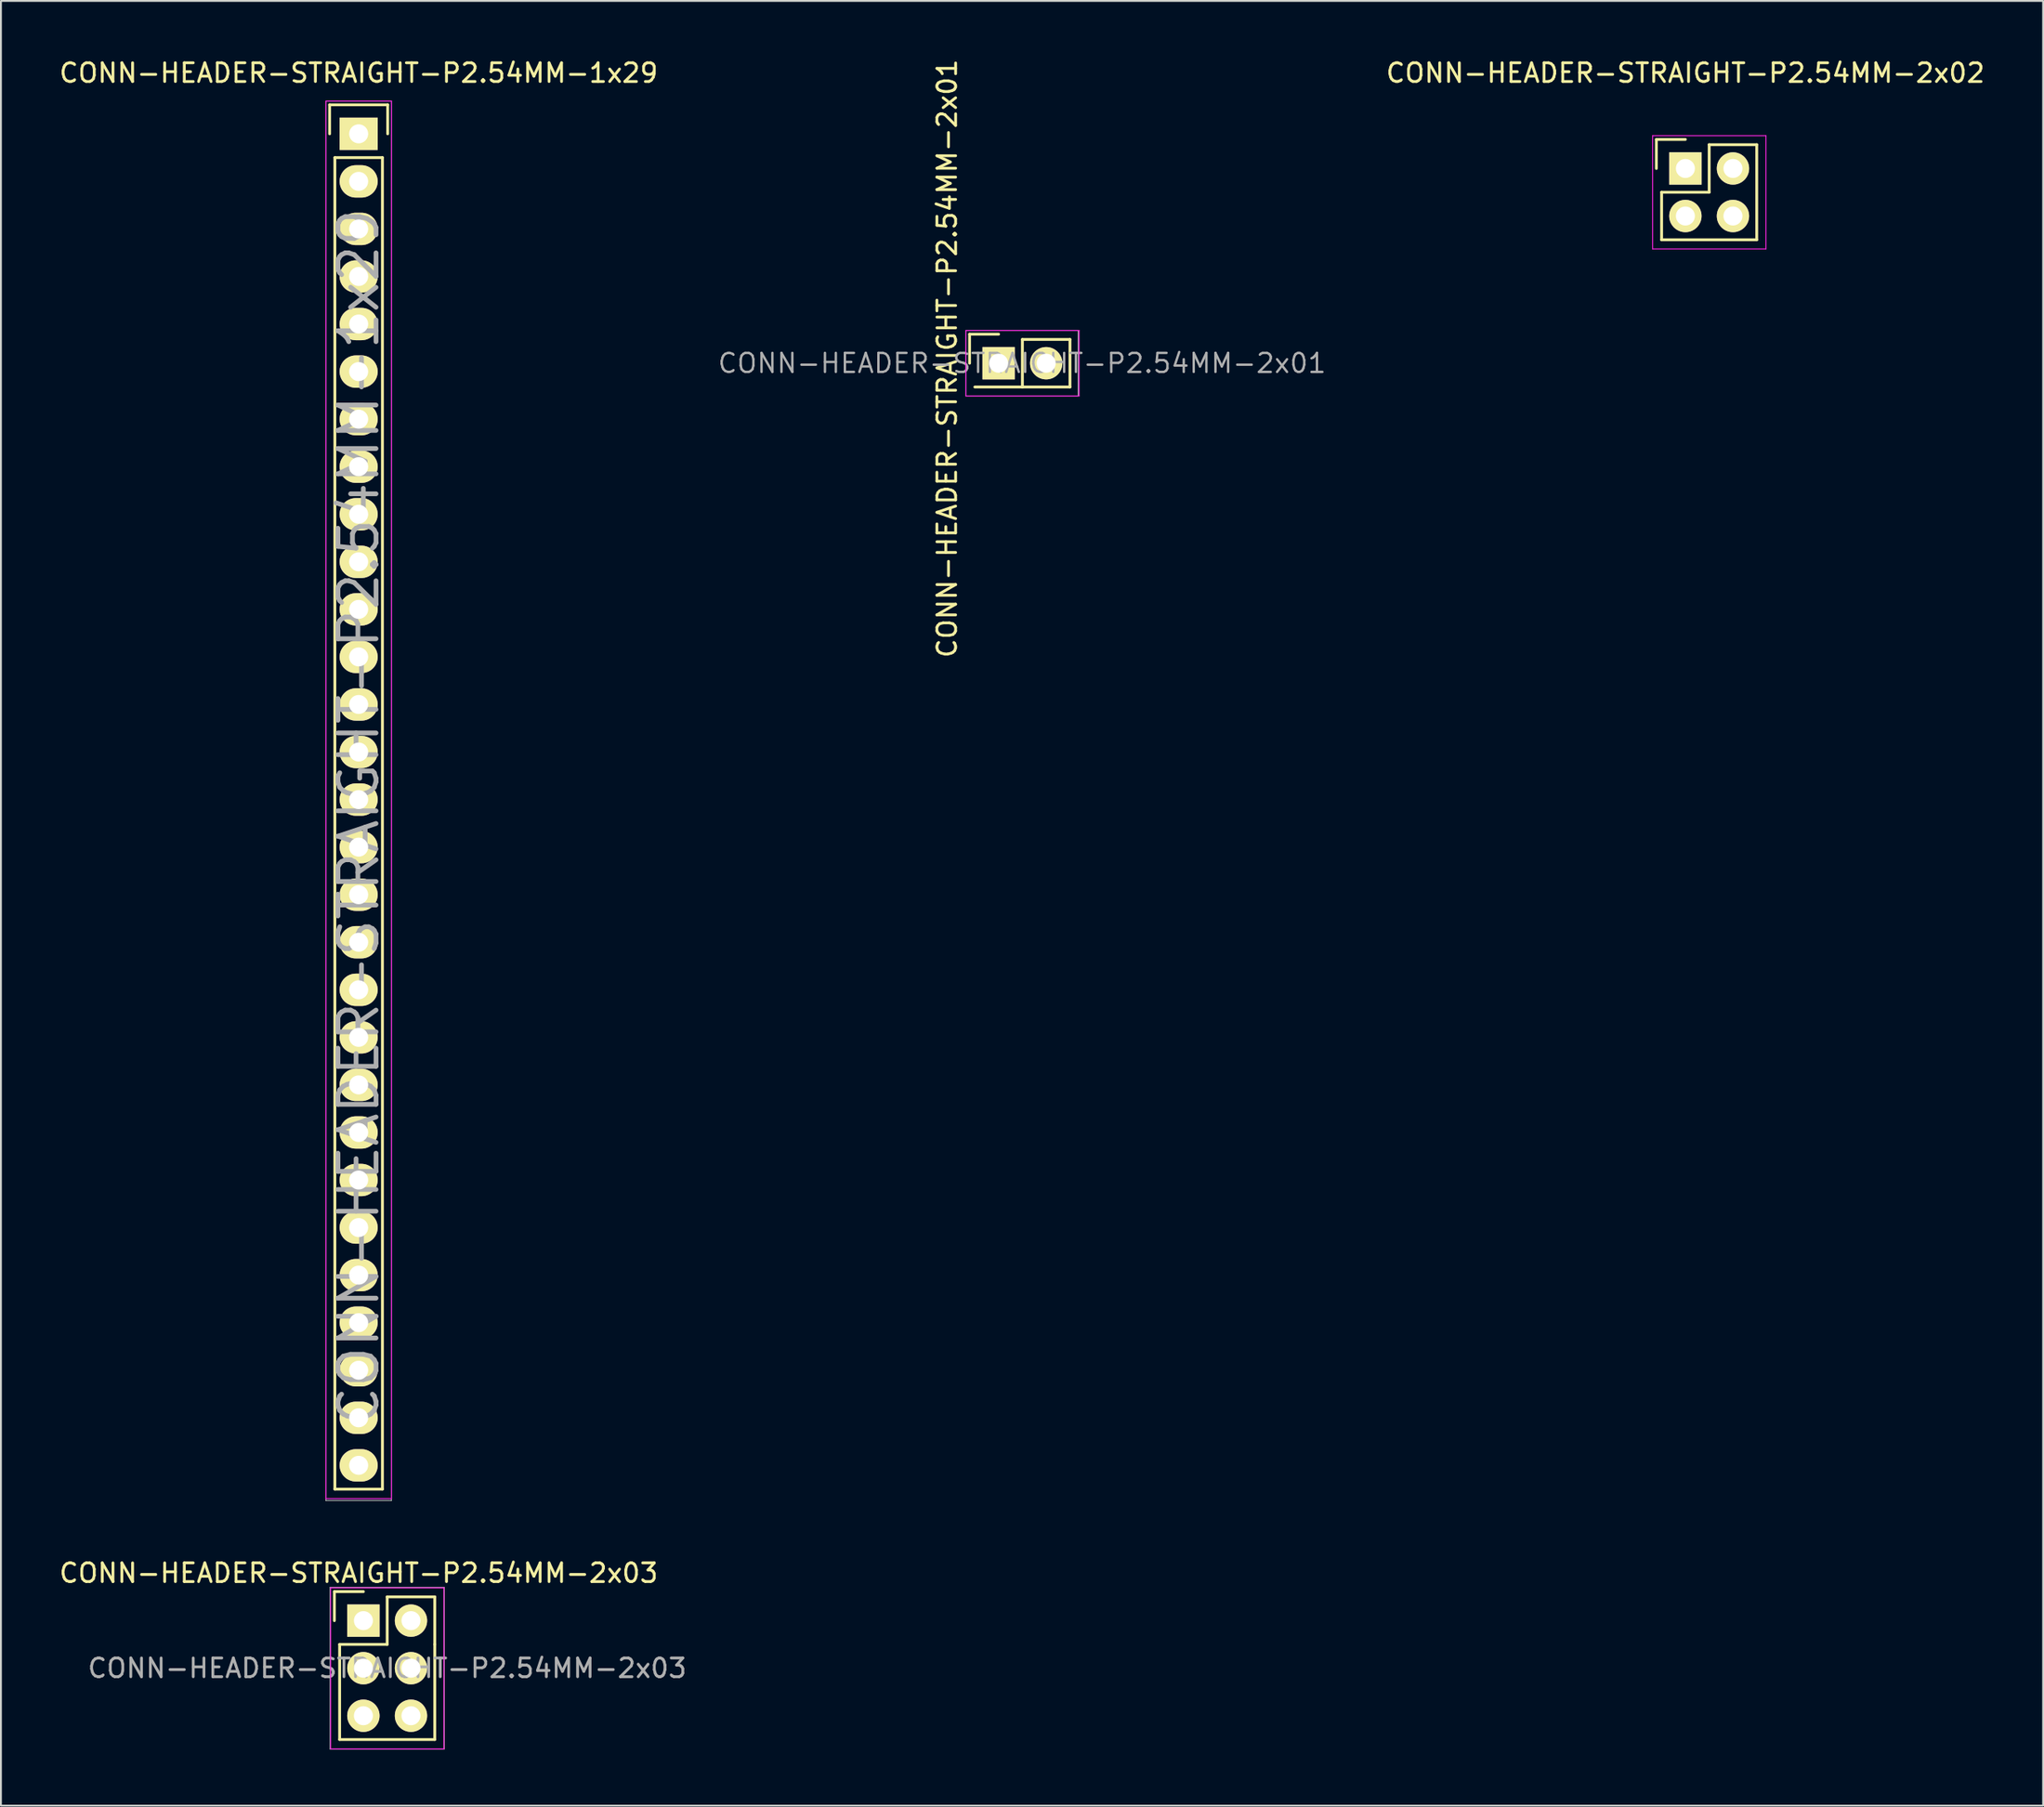
<source format=kicad_pcb>
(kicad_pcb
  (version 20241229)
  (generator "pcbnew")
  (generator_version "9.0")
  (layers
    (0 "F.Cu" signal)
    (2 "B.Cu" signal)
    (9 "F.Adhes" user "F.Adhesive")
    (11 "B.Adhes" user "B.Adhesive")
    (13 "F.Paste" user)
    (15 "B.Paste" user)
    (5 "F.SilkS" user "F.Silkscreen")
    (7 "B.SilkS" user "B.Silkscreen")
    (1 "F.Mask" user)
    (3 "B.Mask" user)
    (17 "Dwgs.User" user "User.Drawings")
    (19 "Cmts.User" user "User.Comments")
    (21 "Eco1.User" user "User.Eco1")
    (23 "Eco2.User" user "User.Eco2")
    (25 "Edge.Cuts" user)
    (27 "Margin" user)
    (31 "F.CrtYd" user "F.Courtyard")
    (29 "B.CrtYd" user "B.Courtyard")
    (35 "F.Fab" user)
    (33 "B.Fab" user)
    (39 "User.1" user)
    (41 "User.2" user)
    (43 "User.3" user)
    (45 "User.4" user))
  (footprint "CONN-HEADER-STRAIGHT-P2.54MM-1x29"
    (layer "F.Cu")
    (at 16.101 4.098)
    (property "Reference" "CONN-HEADER-STRAIGHT-P2.54MM-1x29" (at 0 36.5 90) (layer "F.Fab") (effects (font (size 2.032 2.032) (thickness 0.254))))
    (attr through_hole)
    (fp_line (start -1.55 -1.55) (end 1.55 -1.55) (stroke (width 0.15) (type solid)) (layer "F.SilkS"))
    (fp_line (start -1.55 0) (end -1.55 -1.55) (stroke (width 0.15) (type solid)) (layer "F.SilkS"))
    (fp_line (start -1.27 1.27) (end -1.27 72.39) (stroke (width 0.15) (type solid)) (layer "F.SilkS"))
    (fp_line (start -1.27 72.39) (end 1.27 72.39) (stroke (width 0.15) (type solid)) (layer "F.SilkS"))
    (fp_line (start 1.27 1.27) (end -1.27 1.27) (stroke (width 0.15) (type solid)) (layer "F.SilkS"))
    (fp_line (start 1.27 72.39) (end 1.27 1.27) (stroke (width 0.15) (type solid)) (layer "F.SilkS"))
    (fp_line (start 1.55 -1.55) (end 1.55 0) (stroke (width 0.15) (type solid)) (layer "F.SilkS"))
    (fp_line (start -1.75 -1.75) (end -1.75 72.9) (stroke (width 0.05) (type solid)) (layer "F.CrtYd"))
    (fp_line (start -1.75 -1.75) (end 1.75 -1.75) (stroke (width 0.05) (type solid)) (layer "F.CrtYd"))
    (fp_line (start -1.75 72.9) (end 1.75 72.9) (stroke (width 0.05) (type solid)) (layer "F.CrtYd"))
    (fp_line (start 1.75 -1.75) (end 1.75 72.9) (stroke (width 0.05) (type solid)) (layer "F.CrtYd"))
    (fp_line (start -1.75 -1.75) (end 1.75 -1.75) (stroke (width 0.051) (type solid)) (layer "F.Fab"))
    (fp_line (start -1.75 73) (end -1.75 -1.75) (stroke (width 0.051) (type solid)) (layer "F.Fab"))
    (fp_line (start 1.75 -1.75) (end 1.75 73) (stroke (width 0.051) (type solid)) (layer "F.Fab"))
    (fp_line (start 1.75 73) (end -1.75 73) (stroke (width 0.051) (type solid)) (layer "F.Fab"))
    (fp_text user "${REFERENCE}" (at 0 -3.25 0) (layer "F.SilkS") (effects (font (size 1 1) (thickness 0.15))))
    (pad "1" thru_hole rect (at 0 0) (size 2.032 1.727) (drill 1.016) (layers "*.Cu" "*.Mask" "F.SilkS"))
    (pad "2" thru_hole oval (at 0 2.54) (size 2.032 1.727) (drill 1.016) (layers "*.Cu" "*.Mask" "F.SilkS"))
    (pad "3" thru_hole oval (at 0 5.08) (size 2.032 1.727) (drill 1.016) (layers "*.Cu" "*.Mask" "F.SilkS"))
    (pad "4" thru_hole oval (at 0 7.62) (size 2.032 1.727) (drill 1.016) (layers "*.Cu" "*.Mask" "F.SilkS"))
    (pad "5" thru_hole oval (at 0 10.16) (size 2.032 1.727) (drill 1.016) (layers "*.Cu" "*.Mask" "F.SilkS"))
    (pad "6" thru_hole oval (at 0 12.7) (size 2.032 1.727) (drill 1.016) (layers "*.Cu" "*.Mask" "F.SilkS"))
    (pad "7" thru_hole oval (at 0 15.24) (size 2.032 1.727) (drill 1.016) (layers "*.Cu" "*.Mask" "F.SilkS"))
    (pad "8" thru_hole oval (at 0 17.78) (size 2.032 1.727) (drill 1.016) (layers "*.Cu" "*.Mask" "F.SilkS"))
    (pad "9" thru_hole oval (at 0 20.32) (size 2.032 1.727) (drill 1.016) (layers "*.Cu" "*.Mask" "F.SilkS"))
    (pad "10" thru_hole oval (at 0 22.86) (size 2.032 1.727) (drill 1.016) (layers "*.Cu" "*.Mask" "F.SilkS"))
    (pad "11" thru_hole oval (at 0 25.4) (size 2.032 1.727) (drill 1.016) (layers "*.Cu" "*.Mask" "F.SilkS"))
    (pad "12" thru_hole oval (at 0 27.94) (size 2.032 1.727) (drill 1.016) (layers "*.Cu" "*.Mask" "F.SilkS"))
    (pad "13" thru_hole oval (at 0 30.48) (size 2.032 1.727) (drill 1.016) (layers "*.Cu" "*.Mask" "F.SilkS"))
    (pad "14" thru_hole oval (at 0 33.02) (size 2.032 1.727) (drill 1.016) (layers "*.Cu" "*.Mask" "F.SilkS"))
    (pad "15" thru_hole oval (at 0 35.56) (size 2.032 1.727) (drill 1.016) (layers "*.Cu" "*.Mask" "F.SilkS"))
    (pad "16" thru_hole oval (at 0 38.1) (size 2.032 1.727) (drill 1.016) (layers "*.Cu" "*.Mask" "F.SilkS"))
    (pad "17" thru_hole oval (at 0 40.64) (size 2.032 1.727) (drill 1.016) (layers "*.Cu" "*.Mask" "F.SilkS"))
    (pad "18" thru_hole oval (at 0 43.18) (size 2.032 1.727) (drill 1.016) (layers "*.Cu" "*.Mask" "F.SilkS"))
    (pad "19" thru_hole oval (at 0 45.72) (size 2.032 1.727) (drill 1.016) (layers "*.Cu" "*.Mask" "F.SilkS"))
    (pad "20" thru_hole oval (at 0 48.26) (size 2.032 1.727) (drill 1.016) (layers "*.Cu" "*.Mask" "F.SilkS"))
    (pad "21" thru_hole oval (at 0 50.8) (size 2.032 1.727) (drill 1.016) (layers "*.Cu" "*.Mask" "F.SilkS"))
    (pad "22" thru_hole oval (at 0 53.34) (size 2.032 1.727) (drill 1.016) (layers "*.Cu" "*.Mask" "F.SilkS"))
    (pad "23" thru_hole oval (at 0 55.88) (size 2.032 1.727) (drill 1.016) (layers "*.Cu" "*.Mask" "F.SilkS"))
    (pad "24" thru_hole oval (at 0 58.42) (size 2.032 1.727) (drill 1.016) (layers "*.Cu" "*.Mask" "F.SilkS"))
    (pad "25" thru_hole oval (at 0 60.96) (size 2.032 1.727) (drill 1.016) (layers "*.Cu" "*.Mask" "F.SilkS"))
    (pad "26" thru_hole oval (at 0 63.5) (size 2.032 1.727) (drill 1.016) (layers "*.Cu" "*.Mask" "F.SilkS"))
    (pad "27" thru_hole oval (at 0 66.04) (size 2.032 1.727) (drill 1.016) (layers "*.Cu" "*.Mask" "F.SilkS"))
    (pad "28" thru_hole oval (at 0 68.58) (size 2.032 1.727) (drill 1.016) (layers "*.Cu" "*.Mask" "F.SilkS"))
    (pad "29" thru_hole oval (at 0 71.12) (size 2.032 1.727) (drill 1.016) (layers "*.Cu" "*.Mask" "F.SilkS")))
  (footprint "CONN-HEADER-STRAIGHT-P2.54MM-2x02"
    (layer "F.Cu")
    (at 86.945 5.948)
    (property "Reference" "CONN-HEADER-STRAIGHT-P2.54MM-2x02" (at 0 -5.1 0) (layer "F.SilkS") (effects (font (size 1 1) (thickness 0.15))))
    (attr through_hole)
    (fp_line (start -1.55 0) (end -1.55 -1.55) (stroke (width 0.15) (type solid)) (layer "F.SilkS"))
    (fp_line (start -1.27 1.27) (end 1.27 1.27) (stroke (width 0.15) (type solid)) (layer "F.SilkS"))
    (fp_line (start -1.27 3.81) (end -1.27 1.27) (stroke (width 0.15) (type solid)) (layer "F.SilkS"))
    (fp_line (start 0 -1.55) (end -1.55 -1.55) (stroke (width 0.15) (type solid)) (layer "F.SilkS"))
    (fp_line (start 1.27 -1.27) (end 3.81 -1.27) (stroke (width 0.15) (type solid)) (layer "F.SilkS"))
    (fp_line (start 1.27 1.27) (end 1.27 -1.27) (stroke (width 0.15) (type solid)) (layer "F.SilkS"))
    (fp_line (start 3.81 -1.27) (end 3.81 3.81) (stroke (width 0.15) (type solid)) (layer "F.SilkS"))
    (fp_line (start 3.81 3.81) (end -1.27 3.81) (stroke (width 0.15) (type solid)) (layer "F.SilkS"))
    (fp_line (start -1.75 -1.75) (end -1.75 4.3) (stroke (width 0.05) (type solid)) (layer "F.CrtYd"))
    (fp_line (start -1.75 -1.75) (end 4.3 -1.75) (stroke (width 0.05) (type solid)) (layer "F.CrtYd"))
    (fp_line (start -1.75 4.3) (end 4.3 4.3) (stroke (width 0.05) (type solid)) (layer "F.CrtYd"))
    (fp_line (start 4.3 -1.75) (end 4.3 4.3) (stroke (width 0.05) (type solid)) (layer "F.CrtYd"))
    (pad "1" thru_hole rect (at 0 0) (size 1.727 1.727) (drill 1.016) (layers "*.Cu" "*.Mask" "F.SilkS"))
    (pad "2" thru_hole oval (at 2.54 0) (size 1.727 1.727) (drill 1.016) (layers "*.Cu" "*.Mask" "F.SilkS"))
    (pad "3" thru_hole oval (at 0 2.54) (size 1.727 1.727) (drill 1.016) (layers "*.Cu" "*.Mask" "F.SilkS"))
    (pad "4" thru_hole oval (at 2.54 2.54) (size 1.727 1.727) (drill 1.016) (layers "*.Cu" "*.Mask" "F.SilkS")))
  (footprint "CONN-HEADER-STRAIGHT-P2.54MM-2x03"
    (layer "F.Cu")
    (at 16.355 83.512)
    (property "Reference" "CONN-HEADER-STRAIGHT-P2.54MM-2x03" (at 1.27 2.54 0) (layer "F.Fab") (effects (font (size 1 1) (thickness 0.15))))
    (attr through_hole)
    (fp_line (start -1.55 -1.55) (end -1.55 0) (stroke (width 0.15) (type solid)) (layer "F.SilkS"))
    (fp_line (start -1.55 -1.55) (end 0 -1.55) (stroke (width 0.15) (type solid)) (layer "F.SilkS"))
    (fp_line (start -1.27 1.27) (end -1.27 6.35) (stroke (width 0.15) (type solid)) (layer "F.SilkS"))
    (fp_line (start -1.27 6.35) (end 3.81 6.35) (stroke (width 0.15) (type solid)) (layer "F.SilkS"))
    (fp_line (start 1.27 -1.27) (end 1.27 1.27) (stroke (width 0.15) (type solid)) (layer "F.SilkS"))
    (fp_line (start 1.27 1.27) (end -1.27 1.27) (stroke (width 0.15) (type solid)) (layer "F.SilkS"))
    (fp_line (start 3.81 -1.27) (end 1.27 -1.27) (stroke (width 0.15) (type solid)) (layer "F.SilkS"))
    (fp_line (start 3.81 1.27) (end 3.81 -1.27) (stroke (width 0.15) (type solid)) (layer "F.SilkS"))
    (fp_line (start 3.81 6.35) (end 3.81 1.27) (stroke (width 0.15) (type solid)) (layer "F.SilkS"))
    (fp_line (start -1.75 -1.75) (end -1.75 6.85) (stroke (width 0.05) (type solid)) (layer "F.CrtYd"))
    (fp_line (start -1.75 -1.75) (end 4.3 -1.75) (stroke (width 0.05) (type solid)) (layer "F.CrtYd"))
    (fp_line (start -1.75 6.85) (end 4.3 6.85) (stroke (width 0.05) (type solid)) (layer "F.CrtYd"))
    (fp_line (start 4.3 -1.75) (end 4.3 6.85) (stroke (width 0.05) (type solid)) (layer "F.CrtYd"))
    (fp_line (start -1.778 -1.778) (end -1.778 6.858) (stroke (width 0.05) (type solid)) (layer "F.Fab"))
    (fp_line (start -1.778 6.858) (end 4.318 6.858) (stroke (width 0.05) (type solid)) (layer "F.Fab"))
    (fp_line (start 4.318 -1.778) (end -1.778 -1.778) (stroke (width 0.05) (type solid)) (layer "F.Fab"))
    (fp_line (start 4.318 6.858) (end 4.318 -1.778) (stroke (width 0.05) (type solid)) (layer "F.Fab"))
    (fp_circle (center 0 0) (end 0 0.254) (stroke (width 0.2) (type solid)) (fill no) (layer "F.Fab"))
    (fp_text user "${REFERENCE}" (at -0.254 -2.54 0) (layer "F.SilkS") (effects (font (size 1 1) (thickness 0.15))))
    (pad "1" thru_hole rect (at 0 0) (size 1.727 1.727) (drill 1.016) (layers "*.Cu" "*.Mask" "F.SilkS"))
    (pad "2" thru_hole oval (at 2.54 0) (size 1.727 1.727) (drill 1.016) (layers "*.Cu" "*.Mask" "F.SilkS"))
    (pad "3" thru_hole oval (at 0 2.54) (size 1.727 1.727) (drill 1.016) (layers "*.Cu" "*.Mask" "F.SilkS"))
    (pad "4" thru_hole oval (at 2.54 2.54) (size 1.727 1.727) (drill 1.016) (layers "*.Cu" "*.Mask" "F.SilkS"))
    (pad "5" thru_hole oval (at 0 5.08) (size 1.727 1.727) (drill 1.016) (layers "*.Cu" "*.Mask" "F.SilkS"))
    (pad "6" thru_hole oval (at 2.54 5.08) (size 1.727 1.727) (drill 1.016) (layers "*.Cu" "*.Mask" "F.SilkS")))
  (footprint "CONN-HEADER-STRAIGHT-P2.54MM-2x01"
    (layer "F.Cu")
    (at 50.273 16.351)
    (property "Reference" "CONN-HEADER-STRAIGHT-P2.54MM-2x01" (at 1.25 0 0) (layer "F.Fab") (effects (font (size 1.016 1.016) (thickness 0.127))))
    (attr through_hole)
    (fp_line (start -1.55 0) (end -1.55 -1.55) (stroke (width 0.15) (type solid)) (layer "F.SilkS"))
    (fp_line (start -1.27 1.27) (end 1.27 1.27) (stroke (width 0.15) (type solid)) (layer "F.SilkS"))
    (fp_line (start 0 -1.55) (end -1.55 -1.55) (stroke (width 0.15) (type solid)) (layer "F.SilkS"))
    (fp_line (start 1.27 -1.27) (end 1.27 1.27) (stroke (width 0.15) (type solid)) (layer "F.SilkS"))
    (fp_line (start 1.27 1.27) (end 3.81 1.27) (stroke (width 0.15) (type solid)) (layer "F.SilkS"))
    (fp_line (start 3.81 -1.27) (end 1.27 -1.27) (stroke (width 0.15) (type solid)) (layer "F.SilkS"))
    (fp_line (start 3.81 1.27) (end 3.81 -1.27) (stroke (width 0.15) (type solid)) (layer "F.SilkS"))
    (fp_line (start -1.75 -1.75) (end -1.75 1.75) (stroke (width 0.05) (type solid)) (layer "F.CrtYd"))
    (fp_line (start -1.75 -1.75) (end 4.3 -1.75) (stroke (width 0.05) (type solid)) (layer "F.CrtYd"))
    (fp_line (start -1.75 1.75) (end 4.3 1.75) (stroke (width 0.05) (type solid)) (layer "F.CrtYd"))
    (fp_line (start 4.3 -1.75) (end 4.3 1.75) (stroke (width 0.05) (type solid)) (layer "F.CrtYd"))
    (fp_line (start -1.75 -1.75) (end 4.25 -1.75) (stroke (width 0.051) (type solid)) (layer "F.Fab"))
    (fp_line (start -1.75 1.75) (end -1.75 -1.75) (stroke (width 0.051) (type solid)) (layer "F.Fab"))
    (fp_line (start 4.25 -1.75) (end 4.25 1.75) (stroke (width 0.051) (type solid)) (layer "F.Fab"))
    (fp_line (start 4.25 1.75) (end -1.75 1.75) (stroke (width 0.051) (type solid)) (layer "F.Fab"))
    (fp_text user "${REFERENCE}" (at -2.75 -0.25 90) (layer "F.SilkS") (effects (font (size 1 1) (thickness 0.15))))
    (pad "1" thru_hole rect (at 0 0) (size 1.727 1.727) (drill 1.016) (layers "*.Cu" "*.Mask" "F.SilkS"))
    (pad "2" thru_hole oval (at 2.54 0) (size 1.727 1.727) (drill 1.016) (layers "*.Cu" "*.Mask" "F.SilkS")))
  (gr_rect
    (start -3 -3)
    (end 106.046 93.395)
    (stroke (width 0.1) (type default))
    (fill no)
    (layer "Edge.Cuts")))
</source>
